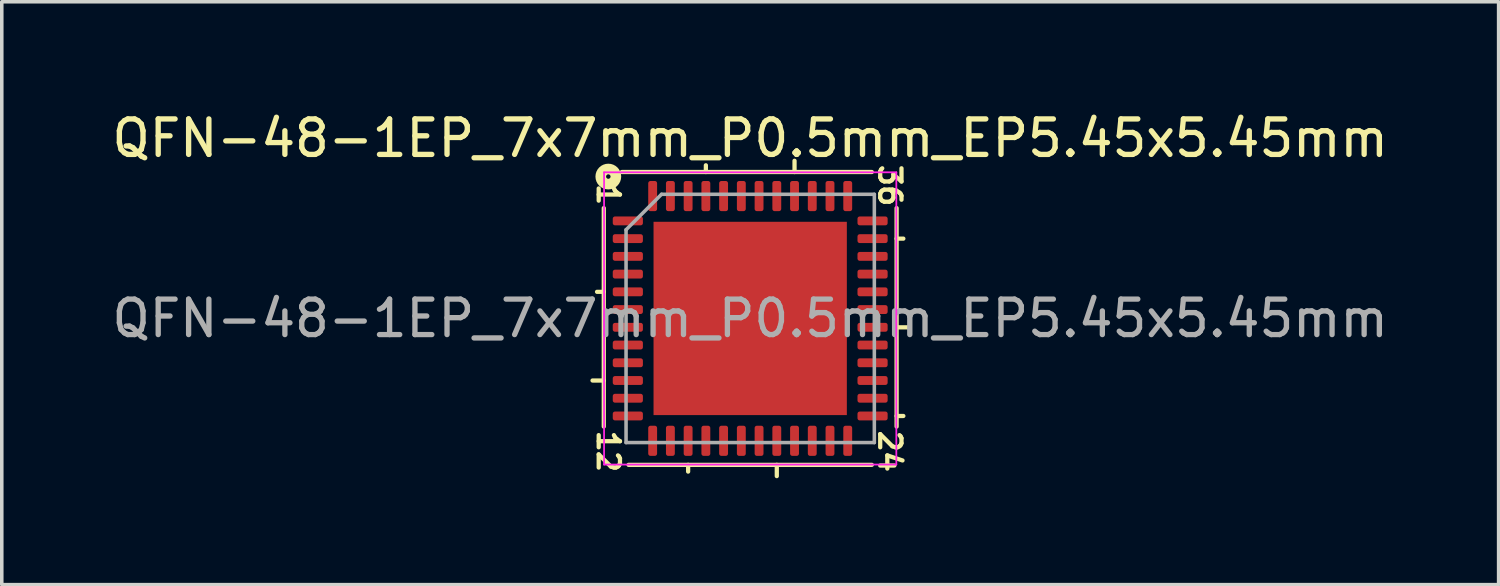
<source format=kicad_pcb>
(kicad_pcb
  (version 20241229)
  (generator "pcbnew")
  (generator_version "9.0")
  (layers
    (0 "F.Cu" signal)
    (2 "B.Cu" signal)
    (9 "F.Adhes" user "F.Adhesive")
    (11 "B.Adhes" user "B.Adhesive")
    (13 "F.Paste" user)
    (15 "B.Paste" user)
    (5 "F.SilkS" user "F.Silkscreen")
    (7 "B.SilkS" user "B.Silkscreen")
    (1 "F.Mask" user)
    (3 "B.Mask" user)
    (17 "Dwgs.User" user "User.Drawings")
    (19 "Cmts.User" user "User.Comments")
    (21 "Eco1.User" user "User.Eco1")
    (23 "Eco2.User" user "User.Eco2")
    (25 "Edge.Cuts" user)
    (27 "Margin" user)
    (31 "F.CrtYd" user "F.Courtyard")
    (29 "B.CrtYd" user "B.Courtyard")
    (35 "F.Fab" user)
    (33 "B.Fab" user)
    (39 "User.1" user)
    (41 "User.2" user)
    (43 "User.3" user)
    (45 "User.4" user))
  (footprint "QFN-48-1EP_7x7mm_P0.5mm_EP5.45x5.45mm"
    (layer "F.Cu")
    (at 18.101 5.928)
    (property "Reference" "QFN-48-1EP_7x7mm_P0.5mm_EP5.45x5.45mm" (at 0 -5.08 0) (layer "F.SilkS") (effects (font (size 1 1) (thickness 0.15))))
    (attr smd)
    (fp_line (start -4.128 -3.111) (end -4.128 3.048) (stroke (width 0.12) (type solid)) (layer "F.SilkS"))
    (fp_line (start -4.128 -0.75) (end -4.318 -0.75) (stroke (width 0.12) (type solid)) (layer "F.SilkS"))
    (fp_line (start -4.128 1.75) (end -4.445 1.75) (stroke (width 0.12) (type solid)) (layer "F.SilkS"))
    (fp_line (start -3.429 4.128) (end 3.429 4.128) (stroke (width 0.12) (type solid)) (layer "F.SilkS"))
    (fp_line (start -1.75 4.128) (end -1.75 4.318) (stroke (width 0.12) (type solid)) (layer "F.SilkS"))
    (fp_line (start -1.25 -4.128) (end -1.25 -4.318) (stroke (width 0.12) (type solid)) (layer "F.SilkS"))
    (fp_line (start 0.75 4.128) (end 0.75 4.445) (stroke (width 0.12) (type solid)) (layer "F.SilkS"))
    (fp_line (start 1.25 -4.128) (end 1.25 -4.445) (stroke (width 0.12) (type solid)) (layer "F.SilkS"))
    (fp_line (start 3.429 -4.128) (end -3.619 -4.128) (stroke (width 0.12) (type solid)) (layer "F.SilkS"))
    (fp_line (start 4.128 -2.25) (end 4.318 -2.25) (stroke (width 0.12) (type solid)) (layer "F.SilkS"))
    (fp_line (start 4.128 0.25) (end 4.445 0.25) (stroke (width 0.12) (type solid)) (layer "F.SilkS"))
    (fp_line (start 4.128 2.75) (end 4.318 2.75) (stroke (width 0.12) (type solid)) (layer "F.SilkS"))
    (fp_line (start 4.128 3.048) (end 4.128 -3.111) (stroke (width 0.12) (type solid)) (layer "F.SilkS"))
    (fp_circle (center -4 -4) (end -3.937 -4) (stroke (width 0.3) (type solid)) (fill no) (layer "F.SilkS"))
    (fp_line (start -4.12 -4.12) (end -4.12 4.12) (stroke (width 0.05) (type solid)) (layer "F.CrtYd"))
    (fp_line (start -4.12 4.12) (end 4.12 4.12) (stroke (width 0.05) (type solid)) (layer "F.CrtYd"))
    (fp_line (start 4.12 -4.12) (end -4.12 -4.12) (stroke (width 0.05) (type solid)) (layer "F.CrtYd"))
    (fp_line (start 4.12 4.12) (end 4.12 -4.12) (stroke (width 0.05) (type solid)) (layer "F.CrtYd"))
    (fp_line (start -3.5 -2.5) (end -2.5 -3.5) (stroke (width 0.1) (type solid)) (layer "F.Fab"))
    (fp_line (start -3.5 3.5) (end -3.5 -2.5) (stroke (width 0.1) (type solid)) (layer "F.Fab"))
    (fp_line (start -2.5 -3.5) (end 3.5 -3.5) (stroke (width 0.1) (type solid)) (layer "F.Fab"))
    (fp_line (start 3.5 -3.5) (end 3.5 3.5) (stroke (width 0.1) (type solid)) (layer "F.Fab"))
    (fp_line (start 3.5 3.5) (end -3.5 3.5) (stroke (width 0.1) (type solid)) (layer "F.Fab"))
    (fp_text user "1" (at -4 -3.493 270) (unlocked yes) (layer "F.SilkS") (effects (font (size 0.6 0.6) (thickness 0.12))))
    (fp_text user "24" (at 3.937 3.747 270) (unlocked yes) (layer "F.SilkS") (effects (font (size 0.6 0.6) (thickness 0.12))))
    (fp_text user "36" (at 3.937 -3.747 270) (unlocked yes) (layer "F.SilkS") (effects (font (size 0.6 0.6) (thickness 0.12))))
    (fp_text user "12" (at -4 3.747 270) (unlocked yes) (layer "F.SilkS") (effects (font (size 0.6 0.6) (thickness 0.12))))
    (fp_text user "${REFERENCE}" (at 0 0 0) (layer "F.Fab") (effects (font (size 1 1) (thickness 0.15))))
    (pad "" smd roundrect (at -2.04 -2.04) (size 1.1 1.1) (layers "F.Paste") (roundrect_rratio 0.227))
    (pad "" smd roundrect (at -2.04 -0.68) (size 1.1 1.1) (layers "F.Paste") (roundrect_rratio 0.227))
    (pad "" smd roundrect (at -2.04 0.68) (size 1.1 1.1) (layers "F.Paste") (roundrect_rratio 0.227))
    (pad "" smd roundrect (at -2.04 2.04) (size 1.1 1.1) (layers "F.Paste") (roundrect_rratio 0.227))
    (pad "" smd roundrect (at -0.68 -2.04) (size 1.1 1.1) (layers "F.Paste") (roundrect_rratio 0.227))
    (pad "" smd roundrect (at -0.68 -0.68) (size 1.1 1.1) (layers "F.Paste") (roundrect_rratio 0.227))
    (pad "" smd roundrect (at -0.68 0.68) (size 1.1 1.1) (layers "F.Paste") (roundrect_rratio 0.227))
    (pad "" smd roundrect (at -0.68 2.04) (size 1.1 1.1) (layers "F.Paste") (roundrect_rratio 0.227))
    (pad "" smd roundrect (at 0.68 -2.04) (size 1.1 1.1) (layers "F.Paste") (roundrect_rratio 0.227))
    (pad "" smd roundrect (at 0.68 -0.68) (size 1.1 1.1) (layers "F.Paste") (roundrect_rratio 0.227))
    (pad "" smd roundrect (at 0.68 0.68) (size 1.1 1.1) (layers "F.Paste") (roundrect_rratio 0.227))
    (pad "" smd roundrect (at 0.68 2.04) (size 1.1 1.1) (layers "F.Paste") (roundrect_rratio 0.227))
    (pad "" smd roundrect (at 2.04 -2.04) (size 1.1 1.1) (layers "F.Paste") (roundrect_rratio 0.227))
    (pad "" smd roundrect (at 2.04 -0.68) (size 1.1 1.1) (layers "F.Paste") (roundrect_rratio 0.227))
    (pad "" smd roundrect (at 2.04 0.68) (size 1.1 1.1) (layers "F.Paste") (roundrect_rratio 0.227))
    (pad "" smd roundrect (at 2.04 2.04) (size 1.1 1.1) (layers "F.Paste") (roundrect_rratio 0.227))
    (pad "1" smd roundrect (at -3.45 -2.75) (size 0.85 0.25) (layers "F.Cu" "F.Mask" "F.Paste") (roundrect_rratio 0.25))
    (pad "2" smd roundrect (at -3.45 -2.25) (size 0.85 0.25) (layers "F.Cu" "F.Mask" "F.Paste") (roundrect_rratio 0.25))
    (pad "3" smd roundrect (at -3.45 -1.75) (size 0.85 0.25) (layers "F.Cu" "F.Mask" "F.Paste") (roundrect_rratio 0.25))
    (pad "4" smd roundrect (at -3.45 -1.25) (size 0.85 0.25) (layers "F.Cu" "F.Mask" "F.Paste") (roundrect_rratio 0.25))
    (pad "5" smd roundrect (at -3.45 -0.75) (size 0.85 0.25) (layers "F.Cu" "F.Mask" "F.Paste") (roundrect_rratio 0.25))
    (pad "6" smd roundrect (at -3.45 -0.25) (size 0.85 0.25) (layers "F.Cu" "F.Mask" "F.Paste") (roundrect_rratio 0.25))
    (pad "7" smd roundrect (at -3.45 0.25) (size 0.85 0.25) (layers "F.Cu" "F.Mask" "F.Paste") (roundrect_rratio 0.25))
    (pad "8" smd roundrect (at -3.45 0.75) (size 0.85 0.25) (layers "F.Cu" "F.Mask" "F.Paste") (roundrect_rratio 0.25))
    (pad "9" smd roundrect (at -3.45 1.25) (size 0.85 0.25) (layers "F.Cu" "F.Mask" "F.Paste") (roundrect_rratio 0.25))
    (pad "10" smd roundrect (at -3.45 1.75) (size 0.85 0.25) (layers "F.Cu" "F.Mask" "F.Paste") (roundrect_rratio 0.25))
    (pad "11" smd roundrect (at -3.45 2.25) (size 0.85 0.25) (layers "F.Cu" "F.Mask" "F.Paste") (roundrect_rratio 0.25))
    (pad "12" smd roundrect (at -3.45 2.75) (size 0.85 0.25) (layers "F.Cu" "F.Mask" "F.Paste") (roundrect_rratio 0.25))
    (pad "13" smd roundrect (at -2.75 3.45) (size 0.25 0.85) (layers "F.Cu" "F.Mask" "F.Paste") (roundrect_rratio 0.25))
    (pad "14" smd roundrect (at -2.25 3.45) (size 0.25 0.85) (layers "F.Cu" "F.Mask" "F.Paste") (roundrect_rratio 0.25))
    (pad "15" smd roundrect (at -1.75 3.45) (size 0.25 0.85) (layers "F.Cu" "F.Mask" "F.Paste") (roundrect_rratio 0.25))
    (pad "16" smd roundrect (at -1.25 3.45) (size 0.25 0.85) (layers "F.Cu" "F.Mask" "F.Paste") (roundrect_rratio 0.25))
    (pad "17" smd roundrect (at -0.75 3.45) (size 0.25 0.85) (layers "F.Cu" "F.Mask" "F.Paste") (roundrect_rratio 0.25))
    (pad "18" smd roundrect (at -0.25 3.45) (size 0.25 0.85) (layers "F.Cu" "F.Mask" "F.Paste") (roundrect_rratio 0.25))
    (pad "19" smd roundrect (at 0.25 3.45) (size 0.25 0.85) (layers "F.Cu" "F.Mask" "F.Paste") (roundrect_rratio 0.25))
    (pad "20" smd roundrect (at 0.75 3.45) (size 0.25 0.85) (layers "F.Cu" "F.Mask" "F.Paste") (roundrect_rratio 0.25))
    (pad "21" smd roundrect (at 1.25 3.45) (size 0.25 0.85) (layers "F.Cu" "F.Mask" "F.Paste") (roundrect_rratio 0.25))
    (pad "22" smd roundrect (at 1.75 3.45) (size 0.25 0.85) (layers "F.Cu" "F.Mask" "F.Paste") (roundrect_rratio 0.25))
    (pad "23" smd roundrect (at 2.25 3.45) (size 0.25 0.85) (layers "F.Cu" "F.Mask" "F.Paste") (roundrect_rratio 0.25))
    (pad "24" smd roundrect (at 2.75 3.45) (size 0.25 0.85) (layers "F.Cu" "F.Mask" "F.Paste") (roundrect_rratio 0.25))
    (pad "25" smd roundrect (at 3.45 2.75) (size 0.85 0.25) (layers "F.Cu" "F.Mask" "F.Paste") (roundrect_rratio 0.25))
    (pad "26" smd roundrect (at 3.45 2.25) (size 0.85 0.25) (layers "F.Cu" "F.Mask" "F.Paste") (roundrect_rratio 0.25))
    (pad "27" smd roundrect (at 3.45 1.75) (size 0.85 0.25) (layers "F.Cu" "F.Mask" "F.Paste") (roundrect_rratio 0.25))
    (pad "28" smd roundrect (at 3.45 1.25) (size 0.85 0.25) (layers "F.Cu" "F.Mask" "F.Paste") (roundrect_rratio 0.25))
    (pad "29" smd roundrect (at 3.45 0.75) (size 0.85 0.25) (layers "F.Cu" "F.Mask" "F.Paste") (roundrect_rratio 0.25))
    (pad "30" smd roundrect (at 3.45 0.25) (size 0.85 0.25) (layers "F.Cu" "F.Mask" "F.Paste") (roundrect_rratio 0.25))
    (pad "31" smd roundrect (at 3.45 -0.25) (size 0.85 0.25) (layers "F.Cu" "F.Mask" "F.Paste") (roundrect_rratio 0.25))
    (pad "32" smd roundrect (at 3.45 -0.75) (size 0.85 0.25) (layers "F.Cu" "F.Mask" "F.Paste") (roundrect_rratio 0.25))
    (pad "33" smd roundrect (at 3.45 -1.25) (size 0.85 0.25) (layers "F.Cu" "F.Mask" "F.Paste") (roundrect_rratio 0.25))
    (pad "34" smd roundrect (at 3.45 -1.75) (size 0.85 0.25) (layers "F.Cu" "F.Mask" "F.Paste") (roundrect_rratio 0.25))
    (pad "35" smd roundrect (at 3.45 -2.25) (size 0.85 0.25) (layers "F.Cu" "F.Mask" "F.Paste") (roundrect_rratio 0.25))
    (pad "36" smd roundrect (at 3.45 -2.75) (size 0.85 0.25) (layers "F.Cu" "F.Mask" "F.Paste") (roundrect_rratio 0.25))
    (pad "37" smd roundrect (at 2.75 -3.45) (size 0.25 0.85) (layers "F.Cu" "F.Mask" "F.Paste") (roundrect_rratio 0.25))
    (pad "38" smd roundrect (at 2.25 -3.45) (size 0.25 0.85) (layers "F.Cu" "F.Mask" "F.Paste") (roundrect_rratio 0.25))
    (pad "39" smd roundrect (at 1.75 -3.45) (size 0.25 0.85) (layers "F.Cu" "F.Mask" "F.Paste") (roundrect_rratio 0.25))
    (pad "40" smd roundrect (at 1.25 -3.45) (size 0.25 0.85) (layers "F.Cu" "F.Mask" "F.Paste") (roundrect_rratio 0.25))
    (pad "41" smd roundrect (at 0.75 -3.45) (size 0.25 0.85) (layers "F.Cu" "F.Mask" "F.Paste") (roundrect_rratio 0.25))
    (pad "42" smd roundrect (at 0.25 -3.45) (size 0.25 0.85) (layers "F.Cu" "F.Mask" "F.Paste") (roundrect_rratio 0.25))
    (pad "43" smd roundrect (at -0.25 -3.45) (size 0.25 0.85) (layers "F.Cu" "F.Mask" "F.Paste") (roundrect_rratio 0.25))
    (pad "44" smd roundrect (at -0.75 -3.45) (size 0.25 0.85) (layers "F.Cu" "F.Mask" "F.Paste") (roundrect_rratio 0.25))
    (pad "45" smd roundrect (at -1.25 -3.45) (size 0.25 0.85) (layers "F.Cu" "F.Mask" "F.Paste") (roundrect_rratio 0.25))
    (pad "46" smd roundrect (at -1.75 -3.45) (size 0.25 0.85) (layers "F.Cu" "F.Mask" "F.Paste") (roundrect_rratio 0.25))
    (pad "47" smd roundrect (at -2.25 -3.45) (size 0.25 0.85) (layers "F.Cu" "F.Mask" "F.Paste") (roundrect_rratio 0.25))
    (pad "48" smd roundrect (at -2.75 -3.45) (size 0.25 0.85) (layers "F.Cu" "F.Mask" "F.Paste") (roundrect_rratio 0.25))
    (pad "49" smd rect (at 0 0) (size 5.45 5.45) (layers "F.Cu" "F.Mask")))
  (gr_rect
    (start -3 -3)
    (end 39.202 13.433)
    (stroke (width 0.1) (type default))
    (fill no)
    (layer "Edge.Cuts")))
</source>
